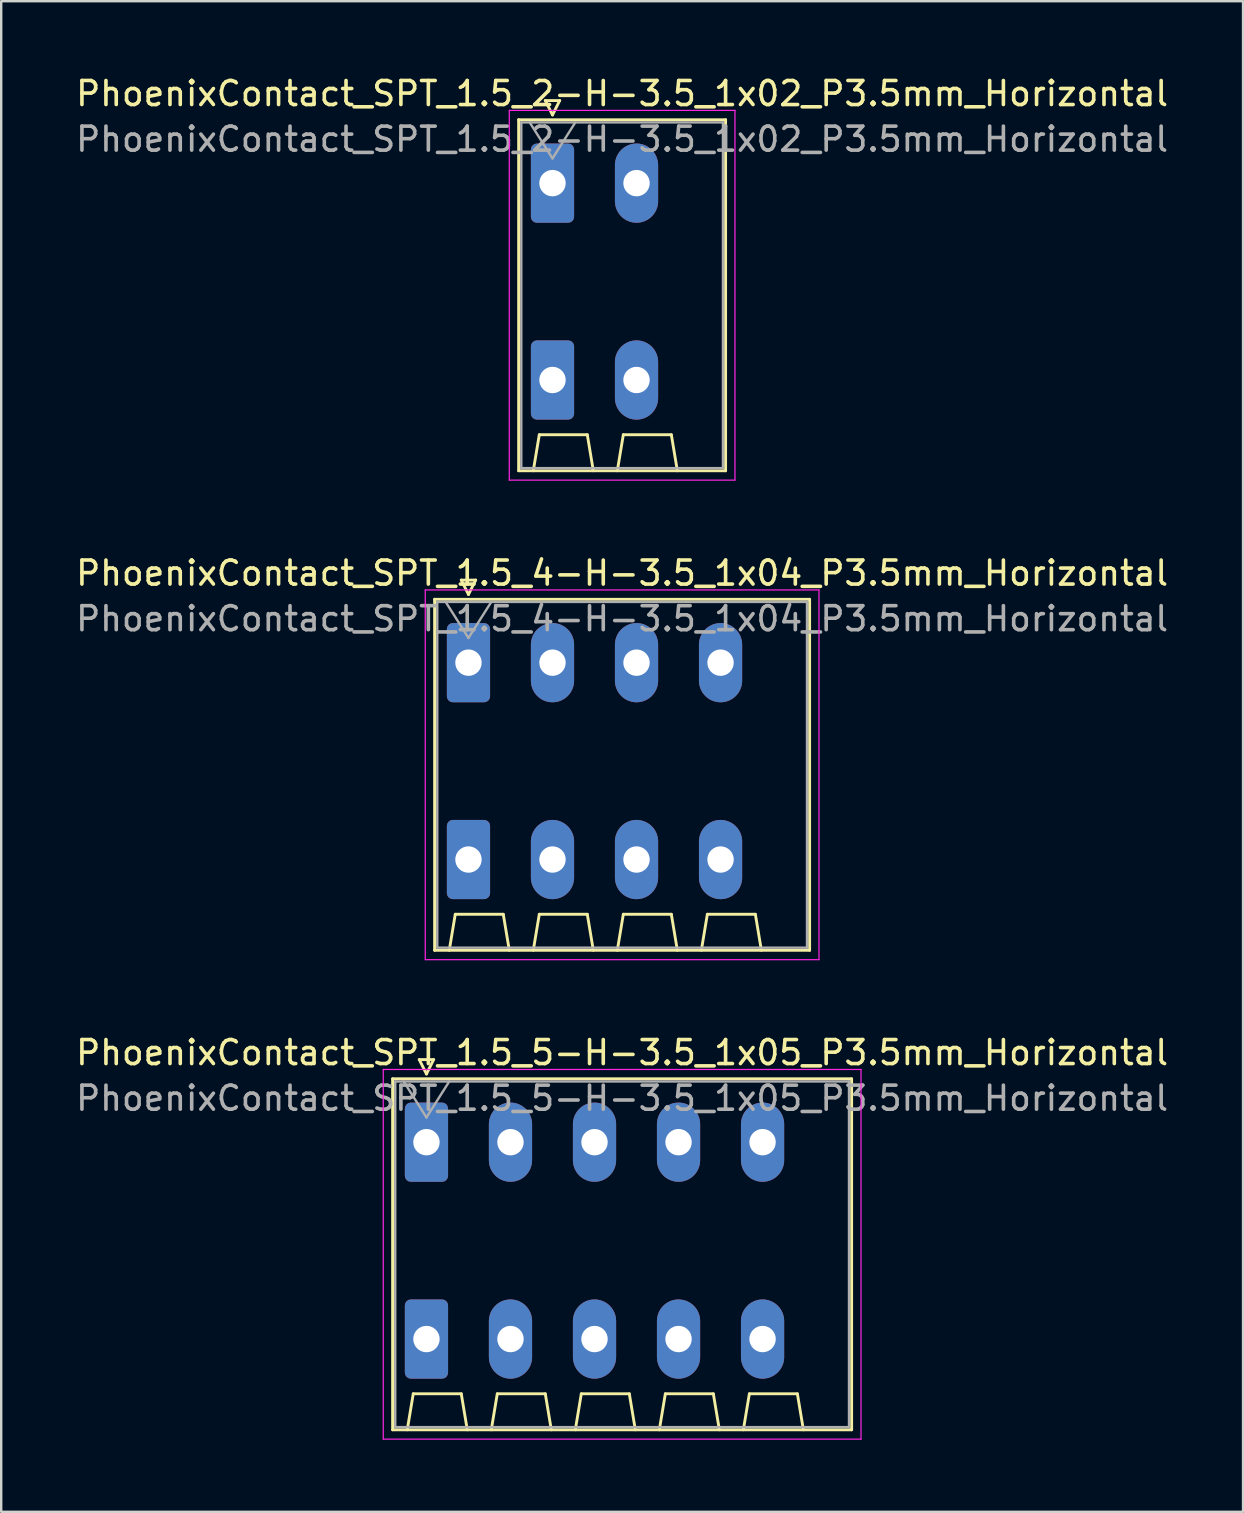
<source format=kicad_pcb>
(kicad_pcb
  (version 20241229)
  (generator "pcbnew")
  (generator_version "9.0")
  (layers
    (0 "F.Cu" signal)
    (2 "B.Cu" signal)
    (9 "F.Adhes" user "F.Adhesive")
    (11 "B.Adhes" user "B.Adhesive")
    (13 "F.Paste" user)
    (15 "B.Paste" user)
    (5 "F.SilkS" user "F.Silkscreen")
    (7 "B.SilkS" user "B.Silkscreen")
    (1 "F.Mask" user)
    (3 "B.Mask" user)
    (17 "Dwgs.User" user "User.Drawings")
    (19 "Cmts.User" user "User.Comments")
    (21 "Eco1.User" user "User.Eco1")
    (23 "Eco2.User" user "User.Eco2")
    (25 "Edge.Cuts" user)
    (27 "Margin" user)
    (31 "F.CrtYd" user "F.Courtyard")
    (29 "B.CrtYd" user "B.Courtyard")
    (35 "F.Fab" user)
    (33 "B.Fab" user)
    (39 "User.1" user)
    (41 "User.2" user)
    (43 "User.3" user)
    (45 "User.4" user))
  (footprint "PhoenixContact_SPT_1.5_2-H-3.5_1x02_P3.5mm_Horizontal"
    (layer "F.Cu")
    (at 19.963 4.578)
    (property "Reference" "PhoenixContact_SPT_1.5_2-H-3.5_1x02_P3.5mm_Horizontal" (at 2.9 -3.73 0) (layer "F.SilkS") (effects (font (size 1 1) (thickness 0.15))))
    (attr through_hole)
    (fp_line (start -1.41 -2.64) (end 7.21 -2.64) (stroke (width 0.12) (type solid)) (layer "F.SilkS"))
    (fp_line (start -1.41 11.98) (end -1.41 -2.64) (stroke (width 0.12) (type solid)) (layer "F.SilkS"))
    (fp_line (start -0.8 11.98) (end -0.55 10.48) (stroke (width 0.12) (type solid)) (layer "F.SilkS"))
    (fp_line (start -0.55 10.48) (end 1.45 10.48) (stroke (width 0.12) (type solid)) (layer "F.SilkS"))
    (fp_line (start -0.3 -3.44) (end 0 -2.84) (stroke (width 0.12) (type solid)) (layer "F.SilkS"))
    (fp_line (start -0.3 -3.44) (end 0.3 -3.44) (stroke (width 0.12) (type solid)) (layer "F.SilkS"))
    (fp_line (start 0.3 -3.44) (end 0 -2.84) (stroke (width 0.12) (type solid)) (layer "F.SilkS"))
    (fp_line (start 1.7 11.98) (end 1.45 10.48) (stroke (width 0.12) (type solid)) (layer "F.SilkS"))
    (fp_line (start 2.7 11.98) (end 2.95 10.48) (stroke (width 0.12) (type solid)) (layer "F.SilkS"))
    (fp_line (start 2.95 10.48) (end 4.95 10.48) (stroke (width 0.12) (type solid)) (layer "F.SilkS"))
    (fp_line (start 5.2 11.98) (end 4.95 10.48) (stroke (width 0.12) (type solid)) (layer "F.SilkS"))
    (fp_line (start 7.21 -2.64) (end 7.21 11.98) (stroke (width 0.12) (type solid)) (layer "F.SilkS"))
    (fp_line (start 7.21 11.98) (end -1.41 11.98) (stroke (width 0.12) (type solid)) (layer "F.SilkS"))
    (fp_line (start -1.8 -3.03) (end -1.8 12.37) (stroke (width 0.05) (type solid)) (layer "F.CrtYd"))
    (fp_line (start -1.8 12.37) (end 7.6 12.37) (stroke (width 0.05) (type solid)) (layer "F.CrtYd"))
    (fp_line (start 7.6 -3.03) (end -1.8 -3.03) (stroke (width 0.05) (type solid)) (layer "F.CrtYd"))
    (fp_line (start 7.6 12.37) (end 7.6 -3.03) (stroke (width 0.05) (type solid)) (layer "F.CrtYd"))
    (fp_line (start -1.3 -2.53) (end -1.3 11.87) (stroke (width 0.1) (type solid)) (layer "F.Fab"))
    (fp_line (start -1.3 11.87) (end 7.1 11.87) (stroke (width 0.1) (type solid)) (layer "F.Fab"))
    (fp_line (start -0.95 -2.53) (end 0 -1.03) (stroke (width 0.1) (type solid)) (layer "F.Fab"))
    (fp_line (start 0.95 -2.53) (end 0 -1.03) (stroke (width 0.1) (type solid)) (layer "F.Fab"))
    (fp_line (start 7.1 -2.53) (end -1.3 -2.53) (stroke (width 0.1) (type solid)) (layer "F.Fab"))
    (fp_line (start 7.1 11.87) (end 7.1 -2.53) (stroke (width 0.1) (type solid)) (layer "F.Fab"))
    (fp_text user "${REFERENCE}" (at 2.9 -1.83 0) (layer "F.Fab") (effects (font (size 1 1) (thickness 0.15))))
    (pad "1" thru_hole roundrect (at 0 0) (size 1.8 3.3) (drill 1.1) (layers "*.Cu" "*.Mask") (roundrect_rratio 0.139))
    (pad "1" thru_hole roundrect (at 0 8.2) (size 1.8 3.3) (drill 1.1) (layers "*.Cu" "*.Mask") (roundrect_rratio 0.139))
    (pad "2" thru_hole oval (at 3.5 0) (size 1.8 3.3) (drill 1.1) (layers "*.Cu" "*.Mask"))
    (pad "2" thru_hole oval (at 3.5 8.2) (size 1.8 3.3) (drill 1.1) (layers "*.Cu" "*.Mask")))
  (footprint "PhoenixContact_SPT_1.5_5-H-3.5_1x05_P3.5mm_Horizontal"
    (layer "F.Cu")
    (at 14.713 44.525)
    (property "Reference" "PhoenixContact_SPT_1.5_5-H-3.5_1x05_P3.5mm_Horizontal" (at 8.15 -3.73 0) (layer "F.SilkS") (effects (font (size 1 1) (thickness 0.15))))
    (attr through_hole)
    (fp_line (start -1.41 -2.64) (end 17.71 -2.64) (stroke (width 0.12) (type solid)) (layer "F.SilkS"))
    (fp_line (start -1.41 11.98) (end -1.41 -2.64) (stroke (width 0.12) (type solid)) (layer "F.SilkS"))
    (fp_line (start -0.8 11.98) (end -0.55 10.48) (stroke (width 0.12) (type solid)) (layer "F.SilkS"))
    (fp_line (start -0.55 10.48) (end 1.45 10.48) (stroke (width 0.12) (type solid)) (layer "F.SilkS"))
    (fp_line (start -0.3 -3.44) (end 0 -2.84) (stroke (width 0.12) (type solid)) (layer "F.SilkS"))
    (fp_line (start -0.3 -3.44) (end 0.3 -3.44) (stroke (width 0.12) (type solid)) (layer "F.SilkS"))
    (fp_line (start 0.3 -3.44) (end 0 -2.84) (stroke (width 0.12) (type solid)) (layer "F.SilkS"))
    (fp_line (start 1.7 11.98) (end 1.45 10.48) (stroke (width 0.12) (type solid)) (layer "F.SilkS"))
    (fp_line (start 2.7 11.98) (end 2.95 10.48) (stroke (width 0.12) (type solid)) (layer "F.SilkS"))
    (fp_line (start 2.95 10.48) (end 4.95 10.48) (stroke (width 0.12) (type solid)) (layer "F.SilkS"))
    (fp_line (start 5.2 11.98) (end 4.95 10.48) (stroke (width 0.12) (type solid)) (layer "F.SilkS"))
    (fp_line (start 6.2 11.98) (end 6.45 10.48) (stroke (width 0.12) (type solid)) (layer "F.SilkS"))
    (fp_line (start 6.45 10.48) (end 8.45 10.48) (stroke (width 0.12) (type solid)) (layer "F.SilkS"))
    (fp_line (start 8.7 11.98) (end 8.45 10.48) (stroke (width 0.12) (type solid)) (layer "F.SilkS"))
    (fp_line (start 9.7 11.98) (end 9.95 10.48) (stroke (width 0.12) (type solid)) (layer "F.SilkS"))
    (fp_line (start 9.95 10.48) (end 11.95 10.48) (stroke (width 0.12) (type solid)) (layer "F.SilkS"))
    (fp_line (start 12.2 11.98) (end 11.95 10.48) (stroke (width 0.12) (type solid)) (layer "F.SilkS"))
    (fp_line (start 13.2 11.98) (end 13.45 10.48) (stroke (width 0.12) (type solid)) (layer "F.SilkS"))
    (fp_line (start 13.45 10.48) (end 15.45 10.48) (stroke (width 0.12) (type solid)) (layer "F.SilkS"))
    (fp_line (start 15.7 11.98) (end 15.45 10.48) (stroke (width 0.12) (type solid)) (layer "F.SilkS"))
    (fp_line (start 17.71 -2.64) (end 17.71 11.98) (stroke (width 0.12) (type solid)) (layer "F.SilkS"))
    (fp_line (start 17.71 11.98) (end -1.41 11.98) (stroke (width 0.12) (type solid)) (layer "F.SilkS"))
    (fp_line (start -1.8 -3.03) (end -1.8 12.37) (stroke (width 0.05) (type solid)) (layer "F.CrtYd"))
    (fp_line (start -1.8 12.37) (end 18.1 12.37) (stroke (width 0.05) (type solid)) (layer "F.CrtYd"))
    (fp_line (start 18.1 -3.03) (end -1.8 -3.03) (stroke (width 0.05) (type solid)) (layer "F.CrtYd"))
    (fp_line (start 18.1 12.37) (end 18.1 -3.03) (stroke (width 0.05) (type solid)) (layer "F.CrtYd"))
    (fp_line (start -1.3 -2.53) (end -1.3 11.87) (stroke (width 0.1) (type solid)) (layer "F.Fab"))
    (fp_line (start -1.3 11.87) (end 17.6 11.87) (stroke (width 0.1) (type solid)) (layer "F.Fab"))
    (fp_line (start -0.95 -2.53) (end 0 -1.03) (stroke (width 0.1) (type solid)) (layer "F.Fab"))
    (fp_line (start 0.95 -2.53) (end 0 -1.03) (stroke (width 0.1) (type solid)) (layer "F.Fab"))
    (fp_line (start 17.6 -2.53) (end -1.3 -2.53) (stroke (width 0.1) (type solid)) (layer "F.Fab"))
    (fp_line (start 17.6 11.87) (end 17.6 -2.53) (stroke (width 0.1) (type solid)) (layer "F.Fab"))
    (fp_text user "${REFERENCE}" (at 8.15 -1.83 0) (layer "F.Fab") (effects (font (size 1 1) (thickness 0.15))))
    (pad "1" thru_hole roundrect (at 0 0) (size 1.8 3.3) (drill 1.1) (layers "*.Cu" "*.Mask") (roundrect_rratio 0.139))
    (pad "1" thru_hole roundrect (at 0 8.2) (size 1.8 3.3) (drill 1.1) (layers "*.Cu" "*.Mask") (roundrect_rratio 0.139))
    (pad "2" thru_hole oval (at 3.5 0) (size 1.8 3.3) (drill 1.1) (layers "*.Cu" "*.Mask"))
    (pad "2" thru_hole oval (at 3.5 8.2) (size 1.8 3.3) (drill 1.1) (layers "*.Cu" "*.Mask"))
    (pad "3" thru_hole oval (at 7 0) (size 1.8 3.3) (drill 1.1) (layers "*.Cu" "*.Mask"))
    (pad "3" thru_hole oval (at 7 8.2) (size 1.8 3.3) (drill 1.1) (layers "*.Cu" "*.Mask"))
    (pad "4" thru_hole oval (at 10.5 0) (size 1.8 3.3) (drill 1.1) (layers "*.Cu" "*.Mask"))
    (pad "4" thru_hole oval (at 10.5 8.2) (size 1.8 3.3) (drill 1.1) (layers "*.Cu" "*.Mask"))
    (pad "5" thru_hole oval (at 14 0) (size 1.8 3.3) (drill 1.1) (layers "*.Cu" "*.Mask"))
    (pad "5" thru_hole oval (at 14 8.2) (size 1.8 3.3) (drill 1.1) (layers "*.Cu" "*.Mask")))
  (footprint "PhoenixContact_SPT_1.5_4-H-3.5_1x04_P3.5mm_Horizontal"
    (layer "F.Cu")
    (at 16.463 24.552)
    (property "Reference" "PhoenixContact_SPT_1.5_4-H-3.5_1x04_P3.5mm_Horizontal" (at 6.4 -3.73 0) (layer "F.SilkS") (effects (font (size 1 1) (thickness 0.15))))
    (attr through_hole)
    (fp_line (start -1.41 -2.64) (end 14.21 -2.64) (stroke (width 0.12) (type solid)) (layer "F.SilkS"))
    (fp_line (start -1.41 11.98) (end -1.41 -2.64) (stroke (width 0.12) (type solid)) (layer "F.SilkS"))
    (fp_line (start -0.8 11.98) (end -0.55 10.48) (stroke (width 0.12) (type solid)) (layer "F.SilkS"))
    (fp_line (start -0.55 10.48) (end 1.45 10.48) (stroke (width 0.12) (type solid)) (layer "F.SilkS"))
    (fp_line (start -0.3 -3.44) (end 0 -2.84) (stroke (width 0.12) (type solid)) (layer "F.SilkS"))
    (fp_line (start -0.3 -3.44) (end 0.3 -3.44) (stroke (width 0.12) (type solid)) (layer "F.SilkS"))
    (fp_line (start 0.3 -3.44) (end 0 -2.84) (stroke (width 0.12) (type solid)) (layer "F.SilkS"))
    (fp_line (start 1.7 11.98) (end 1.45 10.48) (stroke (width 0.12) (type solid)) (layer "F.SilkS"))
    (fp_line (start 2.7 11.98) (end 2.95 10.48) (stroke (width 0.12) (type solid)) (layer "F.SilkS"))
    (fp_line (start 2.95 10.48) (end 4.95 10.48) (stroke (width 0.12) (type solid)) (layer "F.SilkS"))
    (fp_line (start 5.2 11.98) (end 4.95 10.48) (stroke (width 0.12) (type solid)) (layer "F.SilkS"))
    (fp_line (start 6.2 11.98) (end 6.45 10.48) (stroke (width 0.12) (type solid)) (layer "F.SilkS"))
    (fp_line (start 6.45 10.48) (end 8.45 10.48) (stroke (width 0.12) (type solid)) (layer "F.SilkS"))
    (fp_line (start 8.7 11.98) (end 8.45 10.48) (stroke (width 0.12) (type solid)) (layer "F.SilkS"))
    (fp_line (start 9.7 11.98) (end 9.95 10.48) (stroke (width 0.12) (type solid)) (layer "F.SilkS"))
    (fp_line (start 9.95 10.48) (end 11.95 10.48) (stroke (width 0.12) (type solid)) (layer "F.SilkS"))
    (fp_line (start 12.2 11.98) (end 11.95 10.48) (stroke (width 0.12) (type solid)) (layer "F.SilkS"))
    (fp_line (start 14.21 -2.64) (end 14.21 11.98) (stroke (width 0.12) (type solid)) (layer "F.SilkS"))
    (fp_line (start 14.21 11.98) (end -1.41 11.98) (stroke (width 0.12) (type solid)) (layer "F.SilkS"))
    (fp_line (start -1.8 -3.03) (end -1.8 12.37) (stroke (width 0.05) (type solid)) (layer "F.CrtYd"))
    (fp_line (start -1.8 12.37) (end 14.6 12.37) (stroke (width 0.05) (type solid)) (layer "F.CrtYd"))
    (fp_line (start 14.6 -3.03) (end -1.8 -3.03) (stroke (width 0.05) (type solid)) (layer "F.CrtYd"))
    (fp_line (start 14.6 12.37) (end 14.6 -3.03) (stroke (width 0.05) (type solid)) (layer "F.CrtYd"))
    (fp_line (start -1.3 -2.53) (end -1.3 11.87) (stroke (width 0.1) (type solid)) (layer "F.Fab"))
    (fp_line (start -1.3 11.87) (end 14.1 11.87) (stroke (width 0.1) (type solid)) (layer "F.Fab"))
    (fp_line (start -0.95 -2.53) (end 0 -1.03) (stroke (width 0.1) (type solid)) (layer "F.Fab"))
    (fp_line (start 0.95 -2.53) (end 0 -1.03) (stroke (width 0.1) (type solid)) (layer "F.Fab"))
    (fp_line (start 14.1 -2.53) (end -1.3 -2.53) (stroke (width 0.1) (type solid)) (layer "F.Fab"))
    (fp_line (start 14.1 11.87) (end 14.1 -2.53) (stroke (width 0.1) (type solid)) (layer "F.Fab"))
    (fp_text user "${REFERENCE}" (at 6.4 -1.83 0) (layer "F.Fab") (effects (font (size 1 1) (thickness 0.15))))
    (pad "1" thru_hole roundrect (at 0 0) (size 1.8 3.3) (drill 1.1) (layers "*.Cu" "*.Mask") (roundrect_rratio 0.139))
    (pad "1" thru_hole roundrect (at 0 8.2) (size 1.8 3.3) (drill 1.1) (layers "*.Cu" "*.Mask") (roundrect_rratio 0.139))
    (pad "2" thru_hole oval (at 3.5 0) (size 1.8 3.3) (drill 1.1) (layers "*.Cu" "*.Mask"))
    (pad "2" thru_hole oval (at 3.5 8.2) (size 1.8 3.3) (drill 1.1) (layers "*.Cu" "*.Mask"))
    (pad "3" thru_hole oval (at 7 0) (size 1.8 3.3) (drill 1.1) (layers "*.Cu" "*.Mask"))
    (pad "3" thru_hole oval (at 7 8.2) (size 1.8 3.3) (drill 1.1) (layers "*.Cu" "*.Mask"))
    (pad "4" thru_hole oval (at 10.5 0) (size 1.8 3.3) (drill 1.1) (layers "*.Cu" "*.Mask"))
    (pad "4" thru_hole oval (at 10.5 8.2) (size 1.8 3.3) (drill 1.1) (layers "*.Cu" "*.Mask")))
  (gr_rect
    (start -3 -3)
    (end 48.726 59.92)
    (stroke (width 0.1) (type default))
    (fill no)
    (layer "Edge.Cuts")))
</source>
